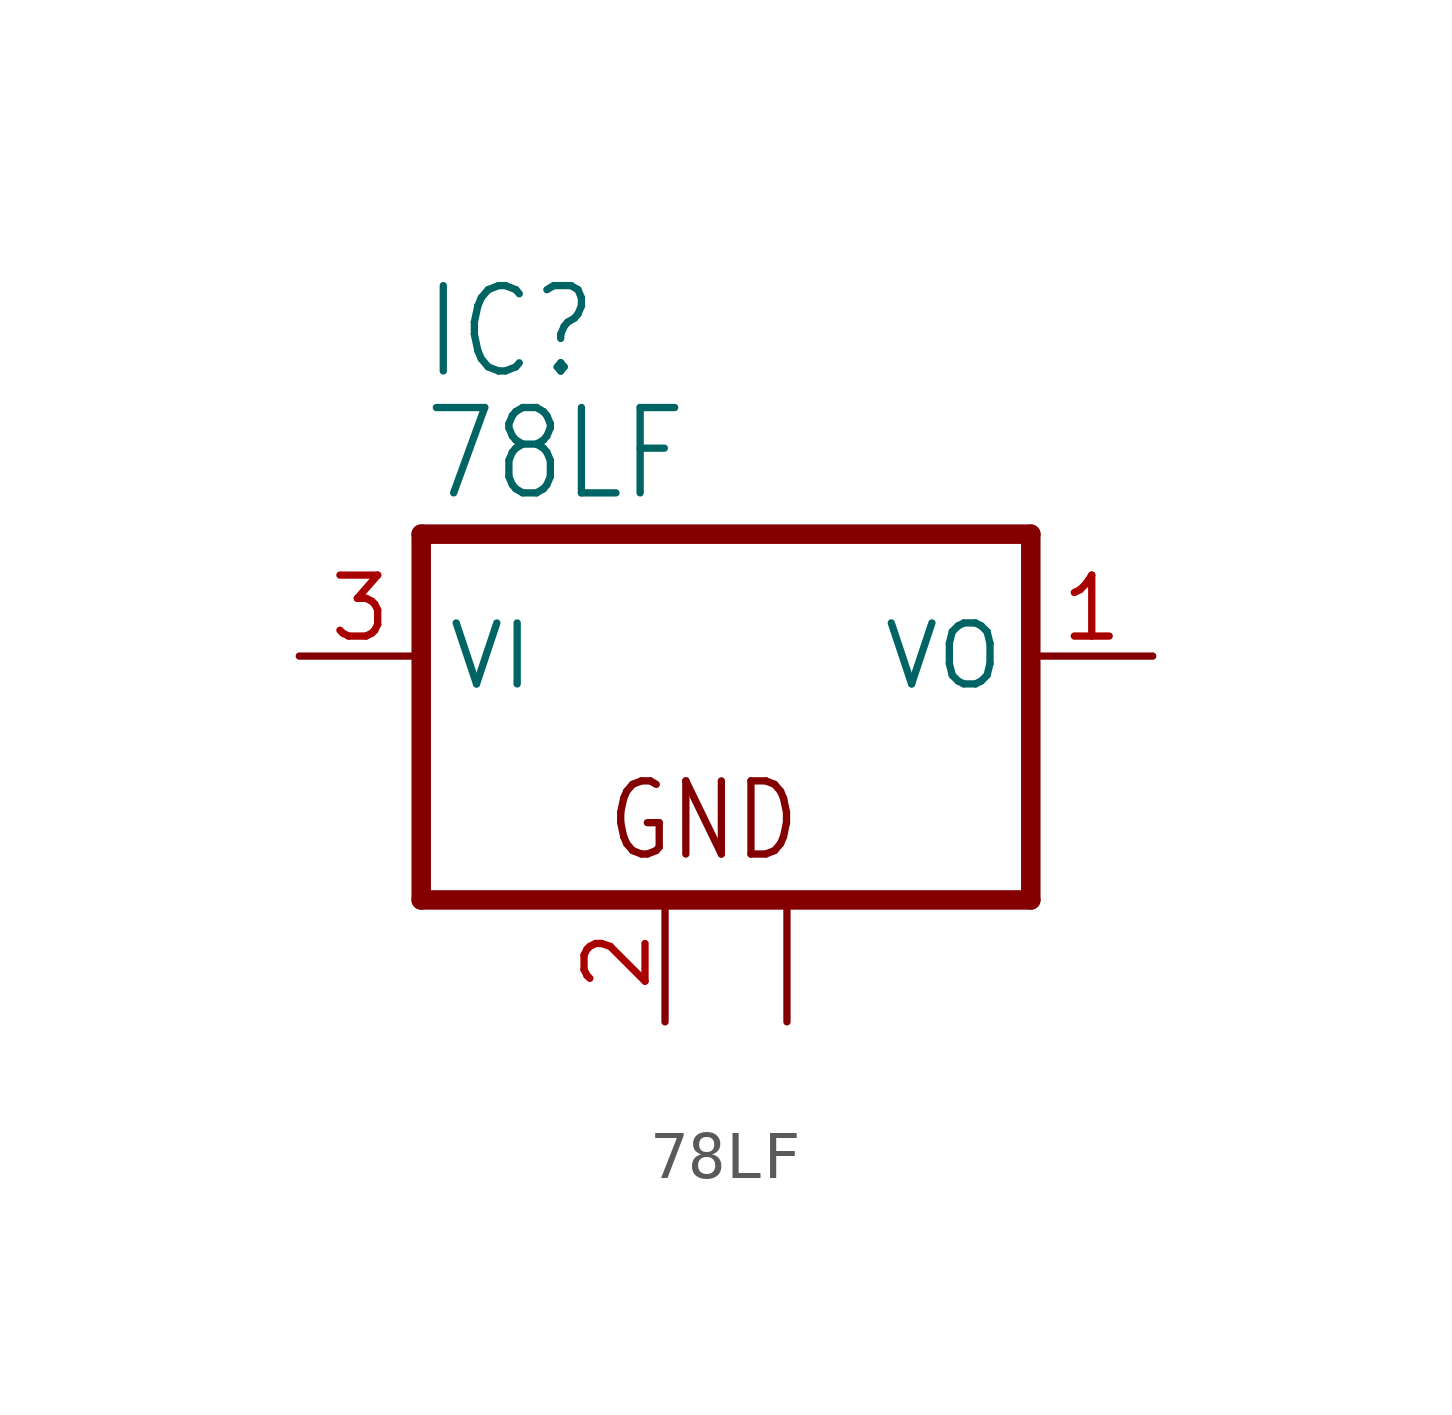
<source format=kicad_sym>
(kicad_symbol_lib
  (version 20201005)
  (generator kicad_symbol_editor)
  (symbol "78LF"
    (property "Reference" "IC"
      (at -5.08 5.715 0)
      (effects (font (size 1.778 1.511)) (justify left bottom)))
    (property "Value" "78LF"
      (at -5.08 3.175 0)
      (effects (font (size 1.778 1.511)) (justify left bottom)))
    (property "ki_locked" ""
      (at 0 0 0)
      (effects (font (size 1.27 1.27))))
    (symbol "78LF_1_0"
      (text "GND" (at -1.27 -4.318 0) (effects (font (size 1.524 1.295)) (justify left bottom)))
      (polyline (pts (xy -5.08 -5.08) (xy 7.62 -5.08)) (stroke (width 0.406)) (fill (type none)))
      (polyline (pts (xy 7.62 -5.08) (xy 7.62 2.54)) (stroke (width 0.406)) (fill (type none)))
      (polyline (pts (xy 7.62 2.54) (xy -5.08 2.54)) (stroke (width 0.406)) (fill (type none)))
      (polyline (pts (xy -5.08 2.54) (xy -5.08 -5.08)) (stroke (width 0.406)) (fill (type none)))
      (pin input line (at -7.62 0 0) (length 2.54) (name "VI" (effects (font (size 1.27 1.27)))) (number "3" (effects (font (size 1.27 1.27)))))
      (pin passive line (at 0 -7.62 90) (length 2.54) (name "GND" (effects (font (size 0 0)))) (number "2" (effects (font (size 1.27 1.27)))))
      (pin passive line (at 10.16 0 180) (length 2.54) (name "VO" (effects (font (size 1.27 1.27)))) (number "1" (effects (font (size 1.27 1.27)))))
      (pin passive line (at 2.54 -7.62 90) (length 2.54) (name "GND@1" (effects (font (size 0 0)))) (number "2@1" (effects (font (size 0 0))))))))
</source>
